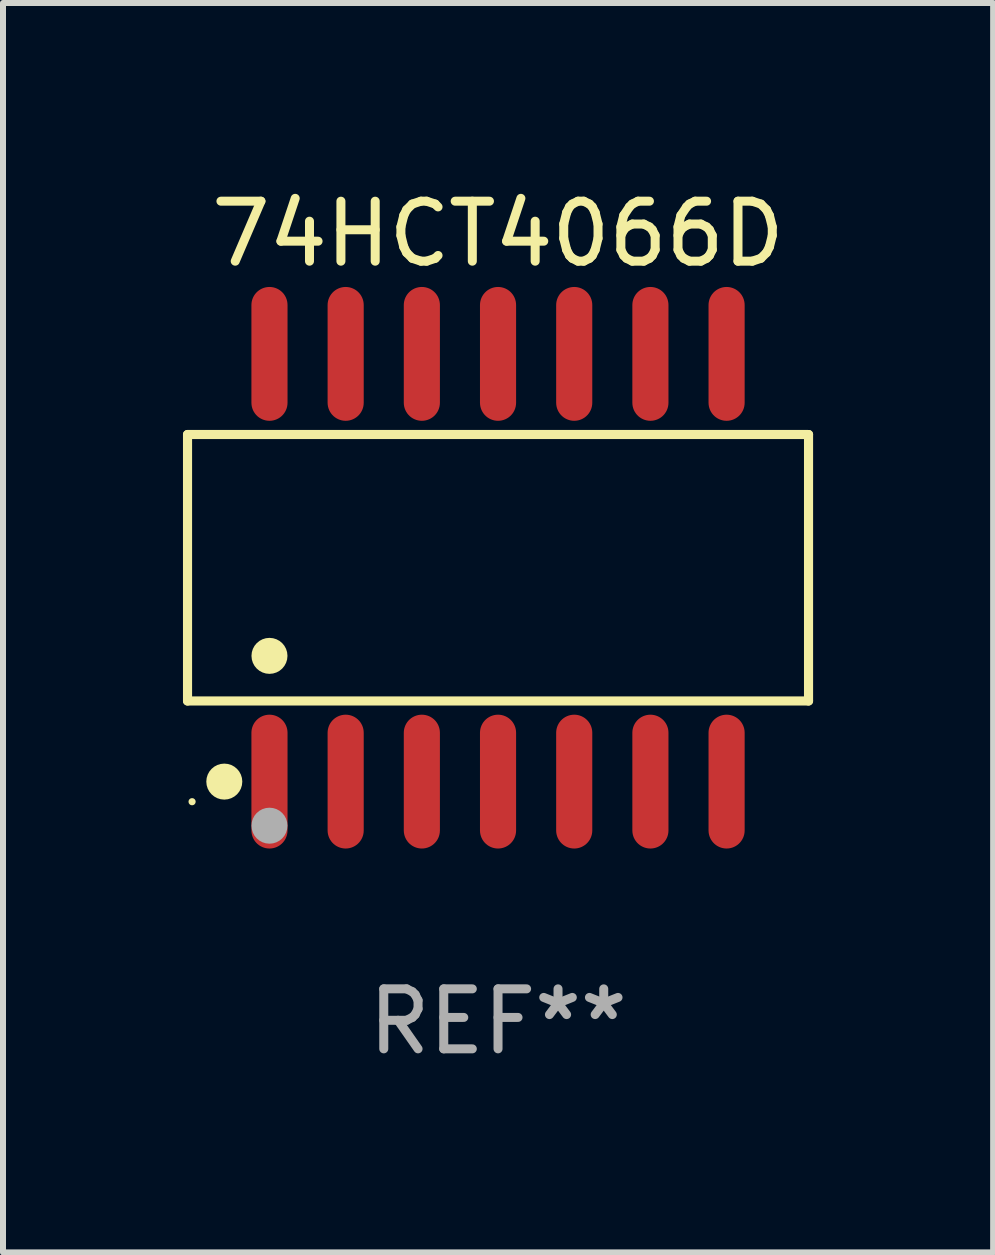
<source format=kicad_pcb>
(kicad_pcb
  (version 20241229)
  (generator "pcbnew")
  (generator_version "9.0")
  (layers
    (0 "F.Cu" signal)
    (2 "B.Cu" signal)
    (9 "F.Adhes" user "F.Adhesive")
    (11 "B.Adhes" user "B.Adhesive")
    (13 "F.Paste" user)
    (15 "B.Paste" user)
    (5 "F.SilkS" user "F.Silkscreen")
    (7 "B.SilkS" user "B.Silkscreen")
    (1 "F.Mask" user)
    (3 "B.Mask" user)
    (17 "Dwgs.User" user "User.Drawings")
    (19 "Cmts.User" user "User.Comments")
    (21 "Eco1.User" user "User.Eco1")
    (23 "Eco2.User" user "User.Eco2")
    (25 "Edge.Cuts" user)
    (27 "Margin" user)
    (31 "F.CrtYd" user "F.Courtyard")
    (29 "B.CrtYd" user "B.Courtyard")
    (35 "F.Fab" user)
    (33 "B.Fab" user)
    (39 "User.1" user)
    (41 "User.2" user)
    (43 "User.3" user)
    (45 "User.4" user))
  (footprint "74HCT4066D"
    (layer "F.Cu")
    (at 5.252 6.414)
    (property "Reference" "74HCT4066D" (at 0 -5.565 0) (layer "F.SilkS") (effects (font (size 1 1) (thickness 0.15))))
    (attr through_hole)
    (fp_line (start -5.176 -2.221) (end 5.176 -2.221) (stroke (width 0.152) (type solid)) (layer "F.SilkS"))
    (fp_line (start -5.176 2.221) (end -5.176 -2.221) (stroke (width 0.152) (type solid)) (layer "F.SilkS"))
    (fp_line (start 5.176 -2.221) (end 5.176 2.221) (stroke (width 0.152) (type solid)) (layer "F.SilkS"))
    (fp_line (start 5.176 2.221) (end -5.176 2.221) (stroke (width 0.152) (type solid)) (layer "F.SilkS"))
    (fp_circle (center -5.1 3.9) (end -5.07 3.9) (stroke (width 0.06) (type solid)) (fill no) (layer "F.SilkS"))
    (fp_circle (center -4.563 3.565) (end -4.413 3.565) (stroke (width 0.3) (type solid)) (fill no) (layer "F.SilkS"))
    (fp_circle (center -3.81 1.469) (end -3.66 1.469) (stroke (width 0.3) (type solid)) (fill no) (layer "F.SilkS"))
    (fp_circle (center -3.81 4.3) (end -3.66 4.3) (stroke (width 0.3) (type solid)) (fill no) (layer "F.Fab"))
    (fp_text user "REF**" (at 0 7.565 0) (layer "F.Fab") (effects (font (size 1 1) (thickness 0.15))))
    (pad "1" smd oval (at -3.81 3.565) (size 0.602 2.231) (layers "F.Cu" "F.Mask" "F.Paste"))
    (pad "2" smd oval (at -2.54 3.565) (size 0.602 2.231) (layers "F.Cu" "F.Mask" "F.Paste"))
    (pad "3" smd oval (at -1.27 3.565) (size 0.602 2.231) (layers "F.Cu" "F.Mask" "F.Paste"))
    (pad "4" smd oval (at 0 3.565) (size 0.602 2.231) (layers "F.Cu" "F.Mask" "F.Paste"))
    (pad "5" smd oval (at 1.27 3.565) (size 0.602 2.231) (layers "F.Cu" "F.Mask" "F.Paste"))
    (pad "6" smd oval (at 2.54 3.565) (size 0.602 2.231) (layers "F.Cu" "F.Mask" "F.Paste"))
    (pad "7" smd oval (at 3.81 3.565) (size 0.602 2.231) (layers "F.Cu" "F.Mask" "F.Paste"))
    (pad "8" smd oval (at 3.81 -3.565) (size 0.602 2.231) (layers "F.Cu" "F.Mask" "F.Paste"))
    (pad "9" smd oval (at 2.54 -3.565) (size 0.602 2.231) (layers "F.Cu" "F.Mask" "F.Paste"))
    (pad "10" smd oval (at 1.27 -3.565) (size 0.602 2.231) (layers "F.Cu" "F.Mask" "F.Paste"))
    (pad "11" smd oval (at 0 -3.565) (size 0.602 2.231) (layers "F.Cu" "F.Mask" "F.Paste"))
    (pad "12" smd oval (at -1.27 -3.565) (size 0.602 2.231) (layers "F.Cu" "F.Mask" "F.Paste"))
    (pad "13" smd oval (at -2.54 -3.565) (size 0.602 2.231) (layers "F.Cu" "F.Mask" "F.Paste"))
    (pad "14" smd oval (at -3.81 -3.565) (size 0.602 2.231) (layers "F.Cu" "F.Mask" "F.Paste")))
  (gr_rect
    (start -3 -3)
    (end 13.505 17.827)
    (stroke (width 0.1) (type default))
    (fill no)
    (layer "Edge.Cuts")))
</source>
